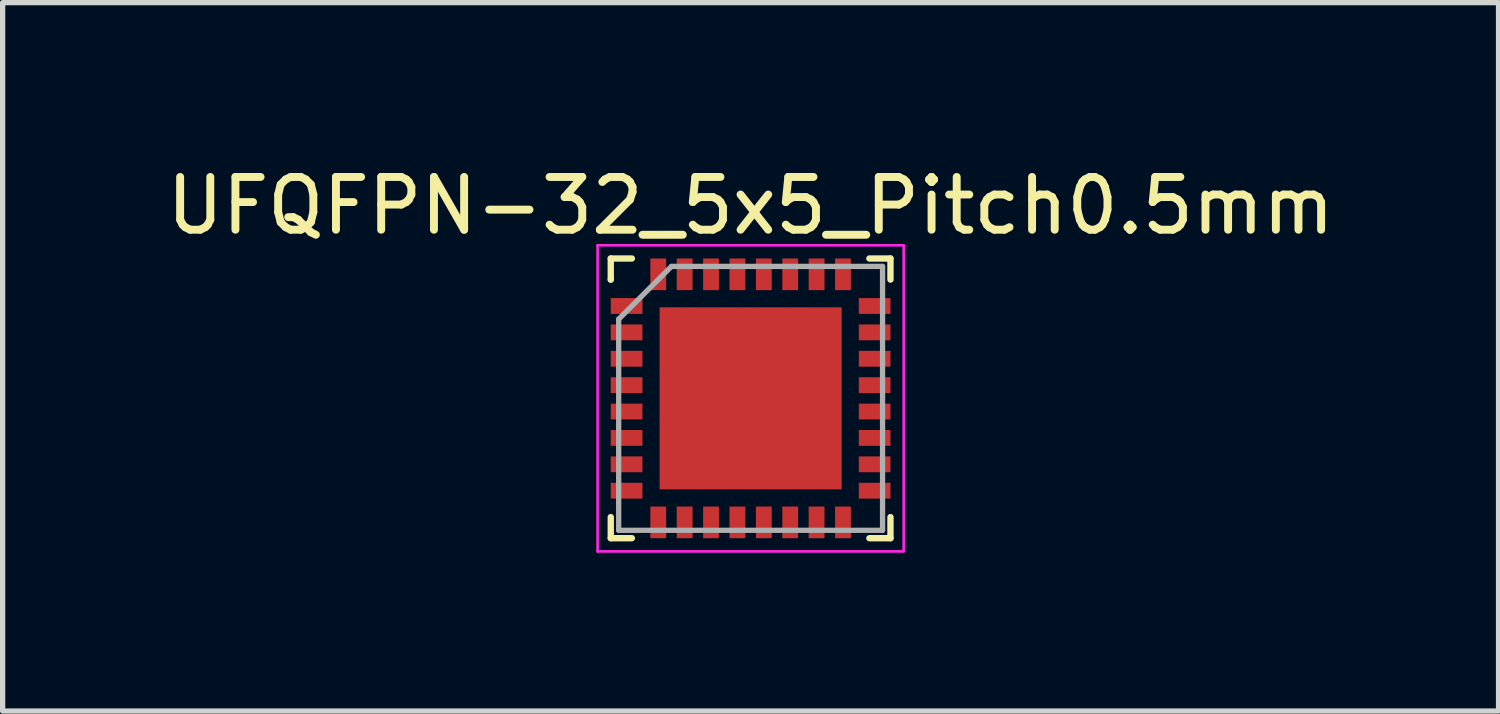
<source format=kicad_pcb>
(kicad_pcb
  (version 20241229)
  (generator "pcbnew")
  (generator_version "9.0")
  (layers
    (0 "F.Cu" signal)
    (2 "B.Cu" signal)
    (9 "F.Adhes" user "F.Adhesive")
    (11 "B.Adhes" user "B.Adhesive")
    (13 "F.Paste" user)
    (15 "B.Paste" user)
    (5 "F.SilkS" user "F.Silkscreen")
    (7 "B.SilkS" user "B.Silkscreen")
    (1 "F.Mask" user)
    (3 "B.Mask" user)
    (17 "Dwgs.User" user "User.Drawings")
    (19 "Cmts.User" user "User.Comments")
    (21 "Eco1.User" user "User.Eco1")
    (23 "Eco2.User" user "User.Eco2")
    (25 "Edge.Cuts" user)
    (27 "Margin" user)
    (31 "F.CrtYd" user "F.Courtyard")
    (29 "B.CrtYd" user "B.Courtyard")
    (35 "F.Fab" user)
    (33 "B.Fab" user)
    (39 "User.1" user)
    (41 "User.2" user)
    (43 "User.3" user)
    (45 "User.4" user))
  (footprint "UFQFPN-32_5x5_Pitch0.5mm"
    (layer "F.Cu")
    (at 11.173 4.498)
    (property "Reference" "UFQFPN-32_5x5_Pitch0.5mm" (at 0 -3.65 0) (layer "F.SilkS") (effects (font (size 1 1) (thickness 0.15))))
    (attr through_hole)
    (fp_line (start -2.65 -2.65) (end -2.65 -2.25) (stroke (width 0.12) (type solid)) (layer "F.SilkS"))
    (fp_line (start -2.65 -2.25) (end -2.65 -2.25) (stroke (width 0.12) (type solid)) (layer "F.SilkS"))
    (fp_line (start -2.65 2.65) (end -2.65 2.25) (stroke (width 0.12) (type solid)) (layer "F.SilkS"))
    (fp_line (start -2.25 -2.65) (end -2.65 -2.65) (stroke (width 0.12) (type solid)) (layer "F.SilkS"))
    (fp_line (start -2.25 2.65) (end -2.65 2.65) (stroke (width 0.12) (type solid)) (layer "F.SilkS"))
    (fp_line (start 2.25 -2.65) (end 2.65 -2.65) (stroke (width 0.12) (type solid)) (layer "F.SilkS"))
    (fp_line (start 2.25 2.65) (end 2.65 2.65) (stroke (width 0.12) (type solid)) (layer "F.SilkS"))
    (fp_line (start 2.65 -2.65) (end 2.65 -2.25) (stroke (width 0.12) (type solid)) (layer "F.SilkS"))
    (fp_line (start 2.65 2.65) (end 2.65 2.25) (stroke (width 0.12) (type solid)) (layer "F.SilkS"))
    (fp_line (start -2.9 -2.9) (end 2.9 -2.9) (stroke (width 0.05) (type solid)) (layer "F.CrtYd"))
    (fp_line (start -2.9 2.9) (end -2.9 -2.9) (stroke (width 0.05) (type solid)) (layer "F.CrtYd"))
    (fp_line (start 2.9 -2.9) (end 2.9 2.9) (stroke (width 0.05) (type solid)) (layer "F.CrtYd"))
    (fp_line (start 2.9 2.9) (end -2.9 2.9) (stroke (width 0.05) (type solid)) (layer "F.CrtYd"))
    (fp_line (start -2.5 -1.5) (end -2.5 2.5) (stroke (width 0.1) (type solid)) (layer "F.Fab"))
    (fp_line (start -2.5 2.5) (end 2.5 2.5) (stroke (width 0.1) (type solid)) (layer "F.Fab"))
    (fp_line (start -1.5 -2.5) (end -2.5 -1.5) (stroke (width 0.1) (type solid)) (layer "F.Fab"))
    (fp_line (start 2.5 -2.5) (end -1.5 -2.5) (stroke (width 0.1) (type solid)) (layer "F.Fab"))
    (fp_line (start 2.5 2.5) (end 2.5 -2.5) (stroke (width 0.1) (type solid)) (layer "F.Fab"))
    (pad "1" smd rect (at -2.35 -1.75 90) (size 0.3 0.6) (layers "F.Cu" "F.Mask" "F.Paste"))
    (pad "2" smd rect (at -2.35 -1.25 90) (size 0.3 0.6) (layers "F.Cu" "F.Mask" "F.Paste"))
    (pad "3" smd rect (at -2.35 -0.75 90) (size 0.3 0.6) (layers "F.Cu" "F.Mask" "F.Paste"))
    (pad "4" smd rect (at -2.35 -0.25 90) (size 0.3 0.6) (layers "F.Cu" "F.Mask" "F.Paste"))
    (pad "5" smd rect (at -2.35 0.25 90) (size 0.3 0.6) (layers "F.Cu" "F.Mask" "F.Paste"))
    (pad "6" smd rect (at -2.35 0.75 90) (size 0.3 0.6) (layers "F.Cu" "F.Mask" "F.Paste"))
    (pad "7" smd rect (at -2.35 1.25 90) (size 0.3 0.6) (layers "F.Cu" "F.Mask" "F.Paste"))
    (pad "8" smd rect (at -2.35 1.75 90) (size 0.3 0.6) (layers "F.Cu" "F.Mask" "F.Paste"))
    (pad "9" smd rect (at -1.75 2.35) (size 0.3 0.6) (layers "F.Cu" "F.Mask" "F.Paste"))
    (pad "10" smd rect (at -1.25 2.35) (size 0.3 0.6) (layers "F.Cu" "F.Mask" "F.Paste"))
    (pad "11" smd rect (at -0.75 2.35) (size 0.3 0.6) (layers "F.Cu" "F.Mask" "F.Paste"))
    (pad "12" smd rect (at -0.25 2.35) (size 0.3 0.6) (layers "F.Cu" "F.Mask" "F.Paste"))
    (pad "13" smd rect (at 0.25 2.35) (size 0.3 0.6) (layers "F.Cu" "F.Mask" "F.Paste"))
    (pad "14" smd rect (at 0.75 2.35) (size 0.3 0.6) (layers "F.Cu" "F.Mask" "F.Paste"))
    (pad "15" smd rect (at 1.25 2.35) (size 0.3 0.6) (layers "F.Cu" "F.Mask" "F.Paste"))
    (pad "16" smd rect (at 1.75 2.35) (size 0.3 0.6) (layers "F.Cu" "F.Mask" "F.Paste"))
    (pad "17" smd rect (at 2.35 1.75 90) (size 0.3 0.6) (layers "F.Cu" "F.Mask" "F.Paste"))
    (pad "18" smd rect (at 2.35 1.25 90) (size 0.3 0.6) (layers "F.Cu" "F.Mask" "F.Paste"))
    (pad "19" smd rect (at 2.35 0.75 90) (size 0.3 0.6) (layers "F.Cu" "F.Mask" "F.Paste"))
    (pad "20" smd rect (at 2.35 0.25 90) (size 0.3 0.6) (layers "F.Cu" "F.Mask" "F.Paste"))
    (pad "21" smd rect (at 2.35 -0.25 90) (size 0.3 0.6) (layers "F.Cu" "F.Mask" "F.Paste"))
    (pad "22" smd rect (at 2.35 -0.75 90) (size 0.3 0.6) (layers "F.Cu" "F.Mask" "F.Paste"))
    (pad "23" smd rect (at 2.35 -1.25 90) (size 0.3 0.6) (layers "F.Cu" "F.Mask" "F.Paste"))
    (pad "24" smd rect (at 2.35 -1.75 90) (size 0.3 0.6) (layers "F.Cu" "F.Mask" "F.Paste"))
    (pad "25" smd rect (at 1.75 -2.35) (size 0.3 0.6) (layers "F.Cu" "F.Mask" "F.Paste"))
    (pad "26" smd rect (at 1.25 -2.35) (size 0.3 0.6) (layers "F.Cu" "F.Mask" "F.Paste"))
    (pad "27" smd rect (at 0.75 -2.35) (size 0.3 0.6) (layers "F.Cu" "F.Mask" "F.Paste"))
    (pad "28" smd rect (at 0.25 -2.35) (size 0.3 0.6) (layers "F.Cu" "F.Mask" "F.Paste"))
    (pad "29" smd rect (at -0.25 -2.35) (size 0.3 0.6) (layers "F.Cu" "F.Mask" "F.Paste"))
    (pad "30" smd rect (at -0.75 -2.35) (size 0.3 0.6) (layers "F.Cu" "F.Mask" "F.Paste"))
    (pad "31" smd rect (at -1.25 -2.35) (size 0.3 0.6) (layers "F.Cu" "F.Mask" "F.Paste"))
    (pad "32" smd rect (at -1.75 -2.35) (size 0.3 0.6) (layers "F.Cu" "F.Mask" "F.Paste"))
    (pad "33" smd rect (at 0 0) (size 3.45 3.45) (layers "F.Cu" "F.Mask" "F.Paste")))
  (gr_rect
    (start -3 -3)
    (end 25.345 10.423)
    (stroke (width 0.1) (type default))
    (fill no)
    (layer "Edge.Cuts")))
</source>
